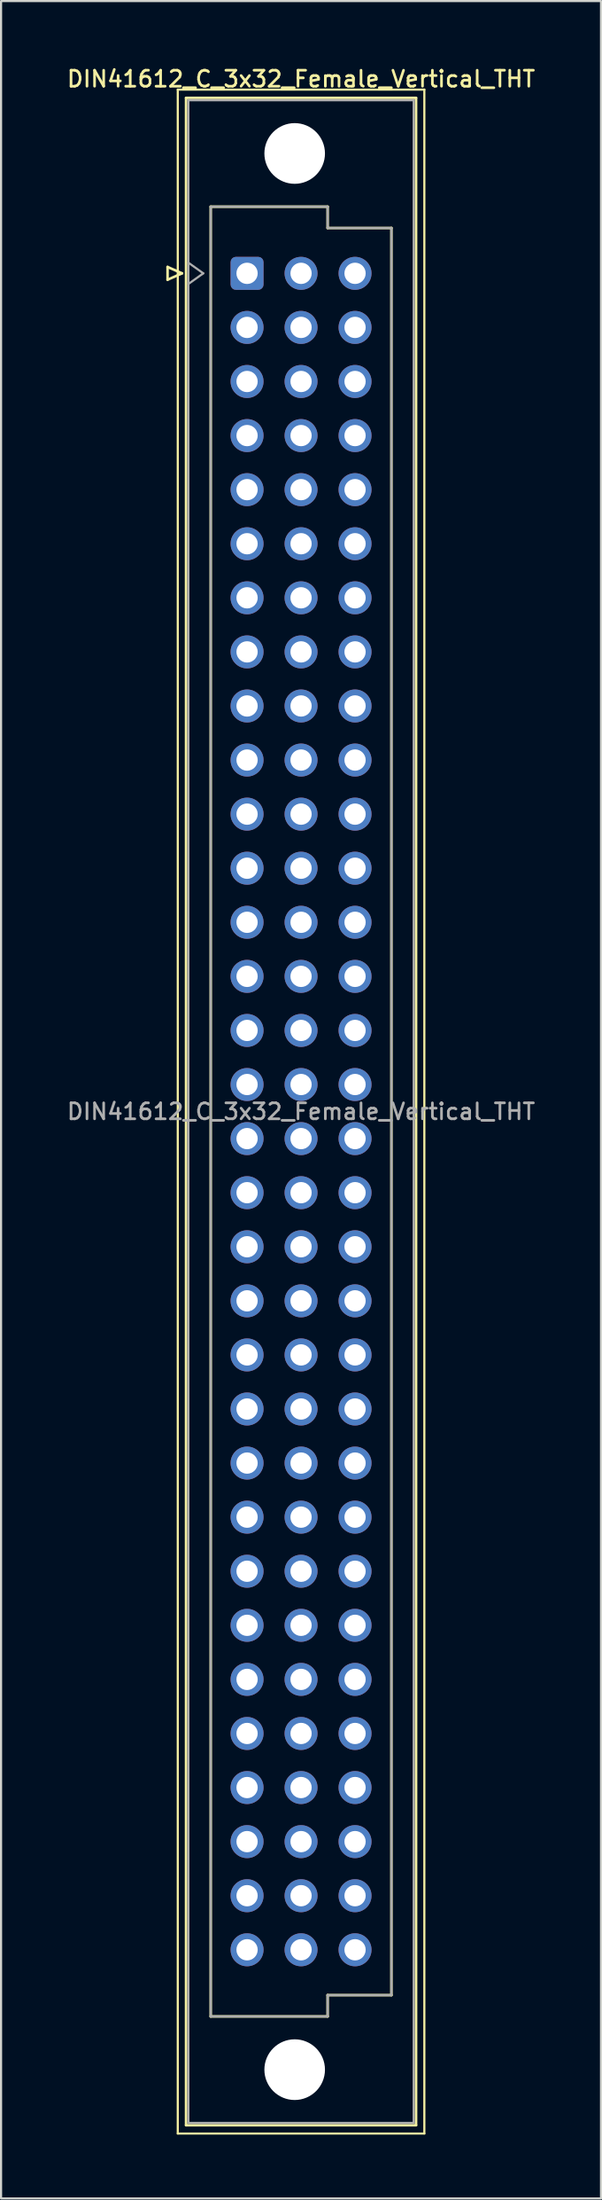
<source format=kicad_pcb>
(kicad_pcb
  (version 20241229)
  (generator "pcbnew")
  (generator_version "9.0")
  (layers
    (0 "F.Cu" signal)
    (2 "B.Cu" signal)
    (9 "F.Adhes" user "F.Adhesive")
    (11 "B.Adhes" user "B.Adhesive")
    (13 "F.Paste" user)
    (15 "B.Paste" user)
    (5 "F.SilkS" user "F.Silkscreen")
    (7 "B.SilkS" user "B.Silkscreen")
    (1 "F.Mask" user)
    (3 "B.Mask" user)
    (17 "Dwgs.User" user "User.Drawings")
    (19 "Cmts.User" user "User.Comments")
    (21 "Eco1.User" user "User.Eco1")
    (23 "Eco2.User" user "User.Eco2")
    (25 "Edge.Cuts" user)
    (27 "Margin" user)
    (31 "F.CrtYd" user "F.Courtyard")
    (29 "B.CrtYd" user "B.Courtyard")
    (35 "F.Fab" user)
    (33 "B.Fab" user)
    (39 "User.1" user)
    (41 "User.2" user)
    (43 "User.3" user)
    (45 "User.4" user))
  (footprint "DIN41612_C_3x32_Female_Vertical_THT"
    (layer "F.Cu")
    (at 8.573 9.788)
    (property "Reference" "DIN41612_C_3x32_Female_Vertical_THT" (at 2.54 -9.13 0) (layer "F.SilkS") (effects (font (size 0.75 0.75) (thickness 0.125))))
    (attr through_hole)
    (fp_line (start -3.74 -0.3) (end -3.74 0.3) (stroke (width 0.12) (type solid)) (layer "F.SilkS"))
    (fp_line (start -3.74 0.3) (end -3.06 0) (stroke (width 0.12) (type solid)) (layer "F.SilkS"))
    (fp_line (start -3.26 -8.63) (end 8.34 -8.63) (stroke (width 0.1) (type solid)) (layer "F.SilkS"))
    (fp_line (start -3.26 87.37) (end -3.26 -8.63) (stroke (width 0.1) (type solid)) (layer "F.SilkS"))
    (fp_line (start -3.06 0) (end -3.74 -0.3) (stroke (width 0.12) (type solid)) (layer "F.SilkS"))
    (fp_line (start -2.87 -8.24) (end 7.95 -8.24) (stroke (width 0.12) (type solid)) (layer "F.SilkS"))
    (fp_line (start -2.87 86.98) (end -2.87 -8.24) (stroke (width 0.12) (type solid)) (layer "F.SilkS"))
    (fp_line (start -1.71 -3.131) (end 3.79 -3.131) (stroke (width 0.12) (type solid)) (layer "F.SilkS"))
    (fp_line (start -1.71 81.87) (end -1.71 -3.131) (stroke (width 0.12) (type solid)) (layer "F.SilkS"))
    (fp_line (start 3.79 -3.131) (end 3.79 -2.131) (stroke (width 0.12) (type solid)) (layer "F.SilkS"))
    (fp_line (start 3.79 -2.131) (end 6.79 -2.131) (stroke (width 0.12) (type solid)) (layer "F.SilkS"))
    (fp_line (start 3.79 80.87) (end 3.79 81.87) (stroke (width 0.12) (type solid)) (layer "F.SilkS"))
    (fp_line (start 3.79 81.87) (end -1.71 81.87) (stroke (width 0.12) (type solid)) (layer "F.SilkS"))
    (fp_line (start 6.79 -2.131) (end 6.79 80.87) (stroke (width 0.12) (type solid)) (layer "F.SilkS"))
    (fp_line (start 6.79 80.87) (end 3.79 80.87) (stroke (width 0.12) (type solid)) (layer "F.SilkS"))
    (fp_line (start 7.95 -8.24) (end 7.95 86.98) (stroke (width 0.12) (type solid)) (layer "F.SilkS"))
    (fp_line (start 7.95 86.98) (end -2.87 86.98) (stroke (width 0.12) (type solid)) (layer "F.SilkS"))
    (fp_line (start 8.34 -8.63) (end 8.34 87.37) (stroke (width 0.1) (type solid)) (layer "F.SilkS"))
    (fp_line (start 8.34 87.37) (end -3.26 87.37) (stroke (width 0.1) (type solid)) (layer "F.SilkS"))
    (fp_line (start -2.76 -8.13) (end 7.84 -8.13) (stroke (width 0.1) (type solid)) (layer "F.Fab"))
    (fp_line (start -2.76 -0.5) (end -2.06 0) (stroke (width 0.1) (type solid)) (layer "F.Fab"))
    (fp_line (start -2.76 86.87) (end -2.76 -8.13) (stroke (width 0.1) (type solid)) (layer "F.Fab"))
    (fp_line (start -2.06 0) (end -2.76 0.5) (stroke (width 0.1) (type solid)) (layer "F.Fab"))
    (fp_line (start -1.71 -3.13) (end 3.79 -3.13) (stroke (width 0.1) (type solid)) (layer "F.Fab"))
    (fp_line (start -1.71 81.87) (end -1.71 -3.13) (stroke (width 0.1) (type solid)) (layer "F.Fab"))
    (fp_line (start 3.79 -3.13) (end 3.79 -2.13) (stroke (width 0.1) (type solid)) (layer "F.Fab"))
    (fp_line (start 3.79 -2.13) (end 6.79 -2.13) (stroke (width 0.1) (type solid)) (layer "F.Fab"))
    (fp_line (start 3.79 80.87) (end 3.79 81.87) (stroke (width 0.1) (type solid)) (layer "F.Fab"))
    (fp_line (start 3.79 81.87) (end -1.71 81.87) (stroke (width 0.1) (type solid)) (layer "F.Fab"))
    (fp_line (start 6.79 -2.13) (end 6.79 80.87) (stroke (width 0.1) (type solid)) (layer "F.Fab"))
    (fp_line (start 6.79 80.87) (end 3.79 80.87) (stroke (width 0.1) (type solid)) (layer "F.Fab"))
    (fp_line (start 7.84 -8.13) (end 7.84 86.87) (stroke (width 0.1) (type solid)) (layer "F.Fab"))
    (fp_line (start 7.84 86.87) (end -2.76 86.87) (stroke (width 0.1) (type solid)) (layer "F.Fab"))
    (fp_text user "${REFERENCE}" (at 2.54 39.37 0) (layer "F.Fab") (effects (font (size 0.75 0.75) (thickness 0.125))))
    (pad "" np_thru_hole circle (at 2.24 -5.63) (size 2.85 2.85) (drill 2.85) (layers "*.Cu" "*.Mask"))
    (pad "" np_thru_hole circle (at 2.24 84.37) (size 2.85 2.85) (drill 2.85) (layers "*.Cu" "*.Mask"))
    (pad "a1" thru_hole roundrect (at 0 0) (size 1.55 1.55) (drill 1) (layers "*.Cu" "*.Mask") (roundrect_rratio 0.161))
    (pad "a2" thru_hole circle (at 0 2.54) (size 1.55 1.55) (drill 1) (layers "*.Cu" "*.Mask"))
    (pad "a3" thru_hole circle (at 0 5.08) (size 1.55 1.55) (drill 1) (layers "*.Cu" "*.Mask"))
    (pad "a4" thru_hole circle (at 0 7.62) (size 1.55 1.55) (drill 1) (layers "*.Cu" "*.Mask"))
    (pad "a5" thru_hole circle (at 0 10.16) (size 1.55 1.55) (drill 1) (layers "*.Cu" "*.Mask"))
    (pad "a6" thru_hole circle (at 0 12.7) (size 1.55 1.55) (drill 1) (layers "*.Cu" "*.Mask"))
    (pad "a7" thru_hole circle (at 0 15.24) (size 1.55 1.55) (drill 1) (layers "*.Cu" "*.Mask"))
    (pad "a8" thru_hole circle (at 0 17.78) (size 1.55 1.55) (drill 1) (layers "*.Cu" "*.Mask"))
    (pad "a9" thru_hole circle (at 0 20.32) (size 1.55 1.55) (drill 1) (layers "*.Cu" "*.Mask"))
    (pad "a10" thru_hole circle (at 0 22.86) (size 1.55 1.55) (drill 1) (layers "*.Cu" "*.Mask"))
    (pad "a11" thru_hole circle (at 0 25.4) (size 1.55 1.55) (drill 1) (layers "*.Cu" "*.Mask"))
    (pad "a12" thru_hole circle (at 0 27.94) (size 1.55 1.55) (drill 1) (layers "*.Cu" "*.Mask"))
    (pad "a13" thru_hole circle (at 0 30.48) (size 1.55 1.55) (drill 1) (layers "*.Cu" "*.Mask"))
    (pad "a14" thru_hole circle (at 0 33.02) (size 1.55 1.55) (drill 1) (layers "*.Cu" "*.Mask"))
    (pad "a15" thru_hole circle (at 0 35.56) (size 1.55 1.55) (drill 1) (layers "*.Cu" "*.Mask"))
    (pad "a16" thru_hole circle (at 0 38.1) (size 1.55 1.55) (drill 1) (layers "*.Cu" "*.Mask"))
    (pad "a17" thru_hole circle (at 0 40.64) (size 1.55 1.55) (drill 1) (layers "*.Cu" "*.Mask"))
    (pad "a18" thru_hole circle (at 0 43.18) (size 1.55 1.55) (drill 1) (layers "*.Cu" "*.Mask"))
    (pad "a19" thru_hole circle (at 0 45.72) (size 1.55 1.55) (drill 1) (layers "*.Cu" "*.Mask"))
    (pad "a20" thru_hole circle (at 0 48.26) (size 1.55 1.55) (drill 1) (layers "*.Cu" "*.Mask"))
    (pad "a21" thru_hole circle (at 0 50.8) (size 1.55 1.55) (drill 1) (layers "*.Cu" "*.Mask"))
    (pad "a22" thru_hole circle (at 0 53.34) (size 1.55 1.55) (drill 1) (layers "*.Cu" "*.Mask"))
    (pad "a23" thru_hole circle (at 0 55.88) (size 1.55 1.55) (drill 1) (layers "*.Cu" "*.Mask"))
    (pad "a24" thru_hole circle (at 0 58.42) (size 1.55 1.55) (drill 1) (layers "*.Cu" "*.Mask"))
    (pad "a25" thru_hole circle (at 0 60.96) (size 1.55 1.55) (drill 1) (layers "*.Cu" "*.Mask"))
    (pad "a26" thru_hole circle (at 0 63.5) (size 1.55 1.55) (drill 1) (layers "*.Cu" "*.Mask"))
    (pad "a27" thru_hole circle (at 0 66.04) (size 1.55 1.55) (drill 1) (layers "*.Cu" "*.Mask"))
    (pad "a28" thru_hole circle (at 0 68.58) (size 1.55 1.55) (drill 1) (layers "*.Cu" "*.Mask"))
    (pad "a29" thru_hole circle (at 0 71.12) (size 1.55 1.55) (drill 1) (layers "*.Cu" "*.Mask"))
    (pad "a30" thru_hole circle (at 0 73.66) (size 1.55 1.55) (drill 1) (layers "*.Cu" "*.Mask"))
    (pad "a31" thru_hole circle (at 0 76.2) (size 1.55 1.55) (drill 1) (layers "*.Cu" "*.Mask"))
    (pad "a32" thru_hole circle (at 0 78.74) (size 1.55 1.55) (drill 1) (layers "*.Cu" "*.Mask"))
    (pad "b1" thru_hole circle (at 2.54 0) (size 1.55 1.55) (drill 1) (layers "*.Cu" "*.Mask"))
    (pad "b2" thru_hole circle (at 2.54 2.54) (size 1.55 1.55) (drill 1) (layers "*.Cu" "*.Mask"))
    (pad "b3" thru_hole circle (at 2.54 5.08) (size 1.55 1.55) (drill 1) (layers "*.Cu" "*.Mask"))
    (pad "b4" thru_hole circle (at 2.54 7.62) (size 1.55 1.55) (drill 1) (layers "*.Cu" "*.Mask"))
    (pad "b5" thru_hole circle (at 2.54 10.16) (size 1.55 1.55) (drill 1) (layers "*.Cu" "*.Mask"))
    (pad "b6" thru_hole circle (at 2.54 12.7) (size 1.55 1.55) (drill 1) (layers "*.Cu" "*.Mask"))
    (pad "b7" thru_hole circle (at 2.54 15.24) (size 1.55 1.55) (drill 1) (layers "*.Cu" "*.Mask"))
    (pad "b8" thru_hole circle (at 2.54 17.78) (size 1.55 1.55) (drill 1) (layers "*.Cu" "*.Mask"))
    (pad "b9" thru_hole circle (at 2.54 20.32) (size 1.55 1.55) (drill 1) (layers "*.Cu" "*.Mask"))
    (pad "b10" thru_hole circle (at 2.54 22.86) (size 1.55 1.55) (drill 1) (layers "*.Cu" "*.Mask"))
    (pad "b11" thru_hole circle (at 2.54 25.4) (size 1.55 1.55) (drill 1) (layers "*.Cu" "*.Mask"))
    (pad "b12" thru_hole circle (at 2.54 27.94) (size 1.55 1.55) (drill 1) (layers "*.Cu" "*.Mask"))
    (pad "b13" thru_hole circle (at 2.54 30.48) (size 1.55 1.55) (drill 1) (layers "*.Cu" "*.Mask"))
    (pad "b14" thru_hole circle (at 2.54 33.02) (size 1.55 1.55) (drill 1) (layers "*.Cu" "*.Mask"))
    (pad "b15" thru_hole circle (at 2.54 35.56) (size 1.55 1.55) (drill 1) (layers "*.Cu" "*.Mask"))
    (pad "b16" thru_hole circle (at 2.54 38.1) (size 1.55 1.55) (drill 1) (layers "*.Cu" "*.Mask"))
    (pad "b17" thru_hole circle (at 2.54 40.64) (size 1.55 1.55) (drill 1) (layers "*.Cu" "*.Mask"))
    (pad "b18" thru_hole circle (at 2.54 43.18) (size 1.55 1.55) (drill 1) (layers "*.Cu" "*.Mask"))
    (pad "b19" thru_hole circle (at 2.54 45.72) (size 1.55 1.55) (drill 1) (layers "*.Cu" "*.Mask"))
    (pad "b20" thru_hole circle (at 2.54 48.26) (size 1.55 1.55) (drill 1) (layers "*.Cu" "*.Mask"))
    (pad "b21" thru_hole circle (at 2.54 50.8) (size 1.55 1.55) (drill 1) (layers "*.Cu" "*.Mask"))
    (pad "b22" thru_hole circle (at 2.54 53.34) (size 1.55 1.55) (drill 1) (layers "*.Cu" "*.Mask"))
    (pad "b23" thru_hole circle (at 2.54 55.88) (size 1.55 1.55) (drill 1) (layers "*.Cu" "*.Mask"))
    (pad "b24" thru_hole circle (at 2.54 58.42) (size 1.55 1.55) (drill 1) (layers "*.Cu" "*.Mask"))
    (pad "b25" thru_hole circle (at 2.54 60.96) (size 1.55 1.55) (drill 1) (layers "*.Cu" "*.Mask"))
    (pad "b26" thru_hole circle (at 2.54 63.5) (size 1.55 1.55) (drill 1) (layers "*.Cu" "*.Mask"))
    (pad "b27" thru_hole circle (at 2.54 66.04) (size 1.55 1.55) (drill 1) (layers "*.Cu" "*.Mask"))
    (pad "b28" thru_hole circle (at 2.54 68.58) (size 1.55 1.55) (drill 1) (layers "*.Cu" "*.Mask"))
    (pad "b29" thru_hole circle (at 2.54 71.12) (size 1.55 1.55) (drill 1) (layers "*.Cu" "*.Mask"))
    (pad "b30" thru_hole circle (at 2.54 73.66) (size 1.55 1.55) (drill 1) (layers "*.Cu" "*.Mask"))
    (pad "b31" thru_hole circle (at 2.54 76.2) (size 1.55 1.55) (drill 1) (layers "*.Cu" "*.Mask"))
    (pad "b32" thru_hole circle (at 2.54 78.74) (size 1.55 1.55) (drill 1) (layers "*.Cu" "*.Mask"))
    (pad "c1" thru_hole circle (at 5.08 0) (size 1.55 1.55) (drill 1) (layers "*.Cu" "*.Mask"))
    (pad "c2" thru_hole circle (at 5.08 2.54) (size 1.55 1.55) (drill 1) (layers "*.Cu" "*.Mask"))
    (pad "c3" thru_hole circle (at 5.08 5.08) (size 1.55 1.55) (drill 1) (layers "*.Cu" "*.Mask"))
    (pad "c4" thru_hole circle (at 5.08 7.62) (size 1.55 1.55) (drill 1) (layers "*.Cu" "*.Mask"))
    (pad "c5" thru_hole circle (at 5.08 10.16) (size 1.55 1.55) (drill 1) (layers "*.Cu" "*.Mask"))
    (pad "c6" thru_hole circle (at 5.08 12.7) (size 1.55 1.55) (drill 1) (layers "*.Cu" "*.Mask"))
    (pad "c7" thru_hole circle (at 5.08 15.24) (size 1.55 1.55) (drill 1) (layers "*.Cu" "*.Mask"))
    (pad "c8" thru_hole circle (at 5.08 17.78) (size 1.55 1.55) (drill 1) (layers "*.Cu" "*.Mask"))
    (pad "c9" thru_hole circle (at 5.08 20.32) (size 1.55 1.55) (drill 1) (layers "*.Cu" "*.Mask"))
    (pad "c10" thru_hole circle (at 5.08 22.86) (size 1.55 1.55) (drill 1) (layers "*.Cu" "*.Mask"))
    (pad "c11" thru_hole circle (at 5.08 25.4) (size 1.55 1.55) (drill 1) (layers "*.Cu" "*.Mask"))
    (pad "c12" thru_hole circle (at 5.08 27.94) (size 1.55 1.55) (drill 1) (layers "*.Cu" "*.Mask"))
    (pad "c13" thru_hole circle (at 5.08 30.48) (size 1.55 1.55) (drill 1) (layers "*.Cu" "*.Mask"))
    (pad "c14" thru_hole circle (at 5.08 33.02) (size 1.55 1.55) (drill 1) (layers "*.Cu" "*.Mask"))
    (pad "c15" thru_hole circle (at 5.08 35.56) (size 1.55 1.55) (drill 1) (layers "*.Cu" "*.Mask"))
    (pad "c16" thru_hole circle (at 5.08 38.1) (size 1.55 1.55) (drill 1) (layers "*.Cu" "*.Mask"))
    (pad "c17" thru_hole circle (at 5.08 40.64) (size 1.55 1.55) (drill 1) (layers "*.Cu" "*.Mask"))
    (pad "c18" thru_hole circle (at 5.08 43.18) (size 1.55 1.55) (drill 1) (layers "*.Cu" "*.Mask"))
    (pad "c19" thru_hole circle (at 5.08 45.72) (size 1.55 1.55) (drill 1) (layers "*.Cu" "*.Mask"))
    (pad "c20" thru_hole circle (at 5.08 48.26) (size 1.55 1.55) (drill 1) (layers "*.Cu" "*.Mask"))
    (pad "c21" thru_hole circle (at 5.08 50.8) (size 1.55 1.55) (drill 1) (layers "*.Cu" "*.Mask"))
    (pad "c22" thru_hole circle (at 5.08 53.34) (size 1.55 1.55) (drill 1) (layers "*.Cu" "*.Mask"))
    (pad "c23" thru_hole circle (at 5.08 55.88) (size 1.55 1.55) (drill 1) (layers "*.Cu" "*.Mask"))
    (pad "c24" thru_hole circle (at 5.08 58.42) (size 1.55 1.55) (drill 1) (layers "*.Cu" "*.Mask"))
    (pad "c25" thru_hole circle (at 5.08 60.96) (size 1.55 1.55) (drill 1) (layers "*.Cu" "*.Mask"))
    (pad "c26" thru_hole circle (at 5.08 63.5) (size 1.55 1.55) (drill 1) (layers "*.Cu" "*.Mask"))
    (pad "c27" thru_hole circle (at 5.08 66.04) (size 1.55 1.55) (drill 1) (layers "*.Cu" "*.Mask"))
    (pad "c28" thru_hole circle (at 5.08 68.58) (size 1.55 1.55) (drill 1) (layers "*.Cu" "*.Mask"))
    (pad "c29" thru_hole circle (at 5.08 71.12) (size 1.55 1.55) (drill 1) (layers "*.Cu" "*.Mask"))
    (pad "c30" thru_hole circle (at 5.08 73.66) (size 1.55 1.55) (drill 1) (layers "*.Cu" "*.Mask"))
    (pad "c31" thru_hole circle (at 5.08 76.2) (size 1.55 1.55) (drill 1) (layers "*.Cu" "*.Mask"))
    (pad "c32" thru_hole circle (at 5.08 78.74) (size 1.55 1.55) (drill 1) (layers "*.Cu" "*.Mask")))
  (gr_rect
    (start -3 -3)
    (end 25.225 100.208)
    (stroke (width 0.1) (type default))
    (fill no)
    (layer "Edge.Cuts")))
</source>
